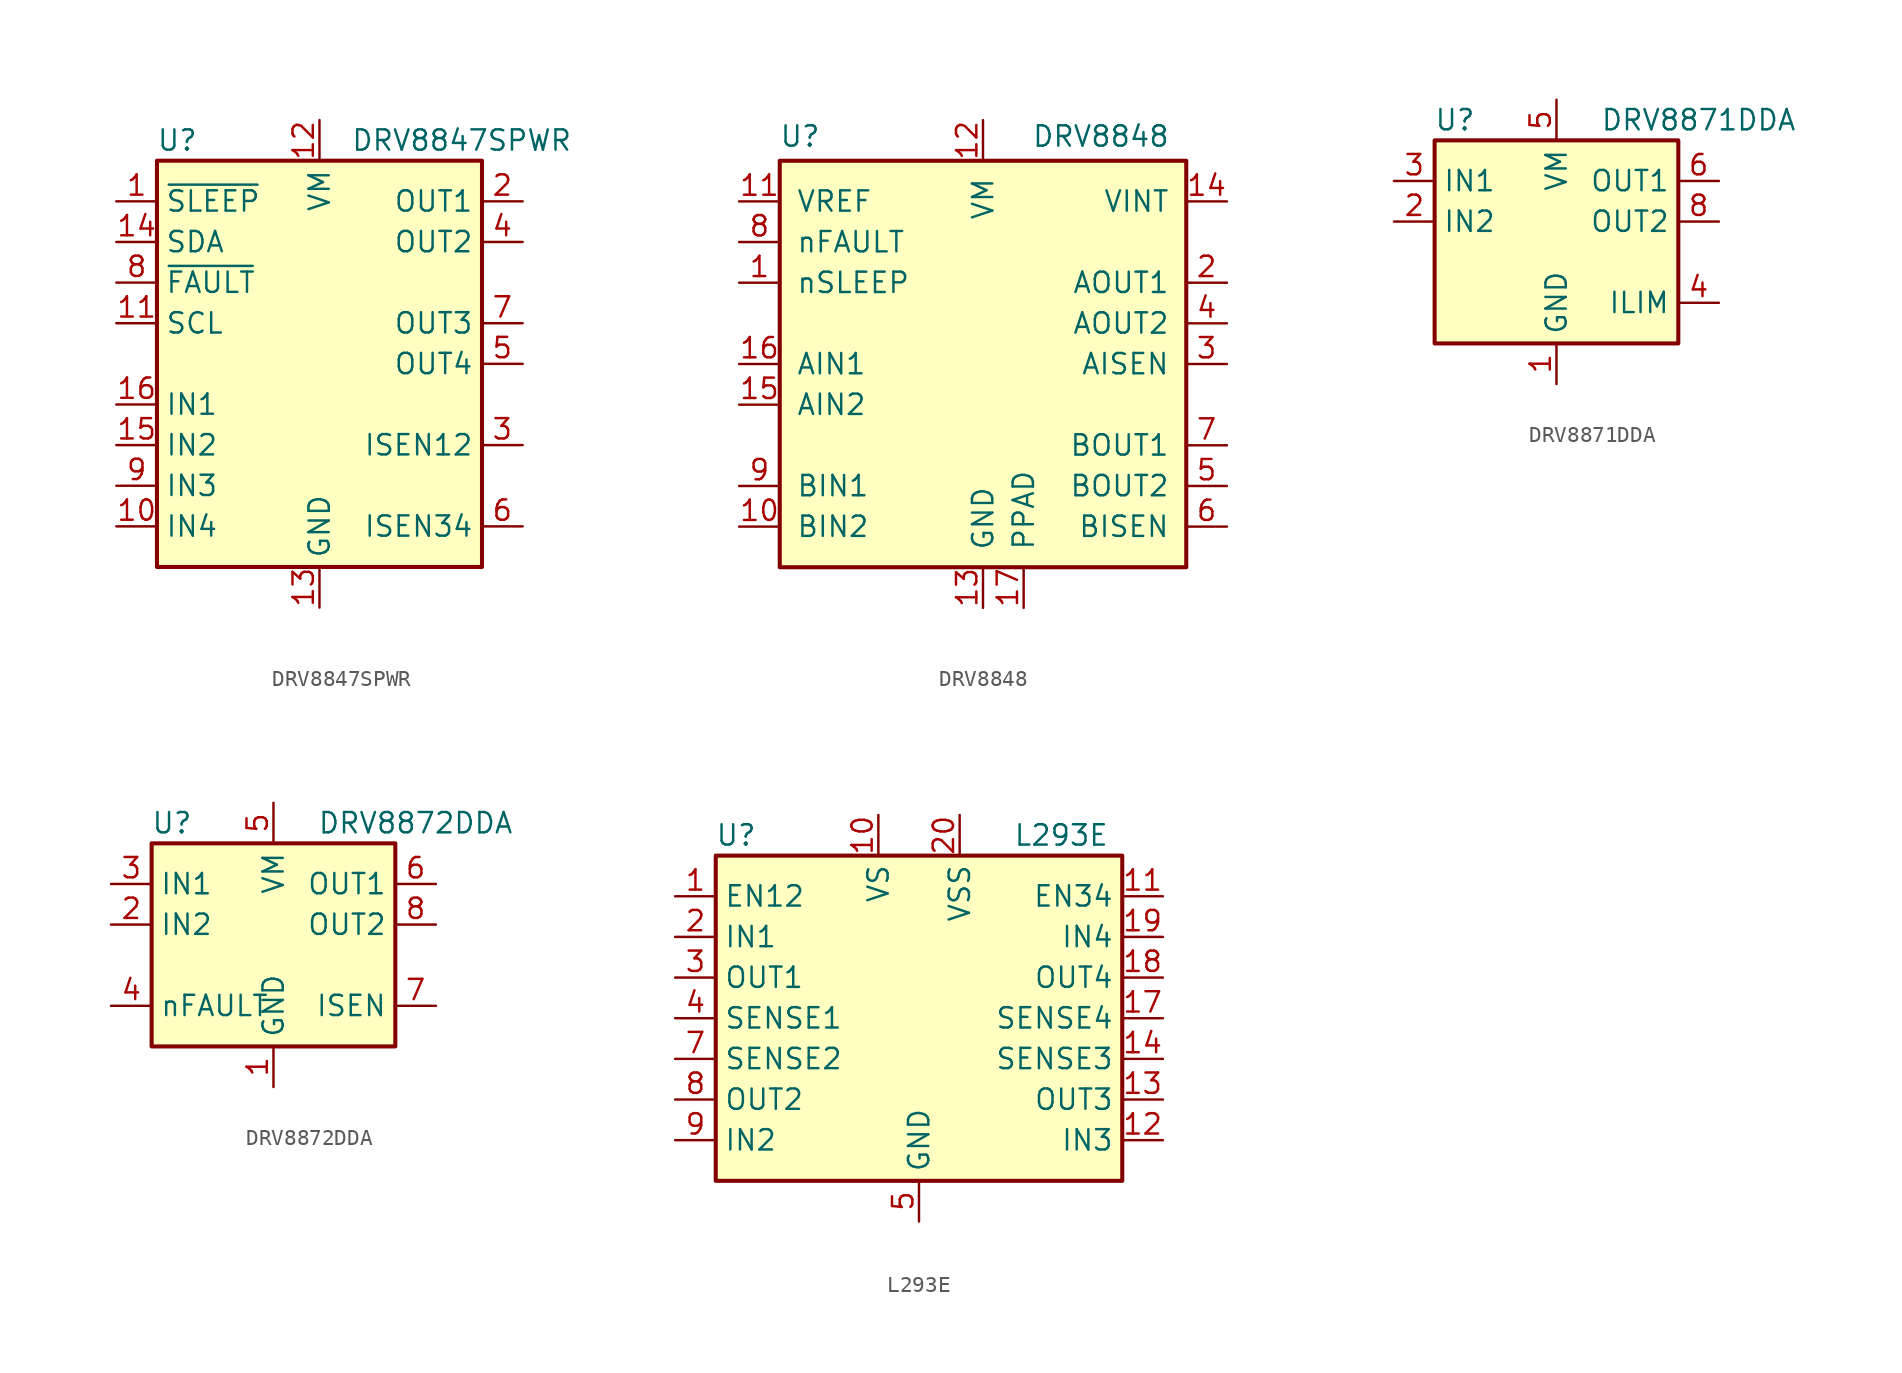
<source format=kicad_sym>
(kicad_symbol_lib
  (version 20201005)
  (generator kicad_symbol_editor)
  (symbol "Driver_Motor:DRV8847SPWR"
    (property "Reference" "U"
      (at -8.89 13.97 0)
      (effects (font (size 1.27 1.27))))
    (property "Value" "DRV8847SPWR"
      (at 8.89 13.97 0)
      (effects (font (size 1.27 1.27))))
    (symbol "DRV8847SPWR_0_1"
      (rectangle (start -10.16 -12.7) (end 10.16 12.7) (stroke (width 0.254)) (fill (type background))))
    (symbol "DRV8847SPWR_1_1"
      (pin input line (at -12.7 10.16 0) (length 2.54) (name "~SLEEP" (effects (font (size 1.27 1.27)))) (number "1" (effects (font (size 1.27 1.27)))))
      (pin input line (at -12.7 -10.16 0) (length 2.54) (name "IN4" (effects (font (size 1.27 1.27)))) (number "10" (effects (font (size 1.27 1.27)))))
      (pin input line (at -12.7 2.54 0) (length 2.54) (name "SCL" (effects (font (size 1.27 1.27)))) (number "11" (effects (font (size 1.27 1.27)))))
      (pin power_in line (at 0 15.24 270) (length 2.54) (name "VM" (effects (font (size 1.27 1.27)))) (number "12" (effects (font (size 1.27 1.27)))))
      (pin power_in line (at 0 -15.24 90) (length 2.54) (name "GND" (effects (font (size 1.27 1.27)))) (number "13" (effects (font (size 1.27 1.27)))))
      (pin bidirectional line (at -12.7 7.62 0) (length 2.54) (name "SDA" (effects (font (size 1.27 1.27)))) (number "14" (effects (font (size 1.27 1.27)))))
      (pin input line (at -12.7 -5.08 0) (length 2.54) (name "IN2" (effects (font (size 1.27 1.27)))) (number "15" (effects (font (size 1.27 1.27)))))
      (pin input line (at -12.7 -2.54 0) (length 2.54) (name "IN1" (effects (font (size 1.27 1.27)))) (number "16" (effects (font (size 1.27 1.27)))))
      (pin output line (at 12.7 10.16 180) (length 2.54) (name "OUT1" (effects (font (size 1.27 1.27)))) (number "2" (effects (font (size 1.27 1.27)))))
      (pin passive line (at 12.7 -5.08 180) (length 2.54) (name "ISEN12" (effects (font (size 1.27 1.27)))) (number "3" (effects (font (size 1.27 1.27)))))
      (pin output line (at 12.7 7.62 180) (length 2.54) (name "OUT2" (effects (font (size 1.27 1.27)))) (number "4" (effects (font (size 1.27 1.27)))))
      (pin output line (at 12.7 0 180) (length 2.54) (name "OUT4" (effects (font (size 1.27 1.27)))) (number "5" (effects (font (size 1.27 1.27)))))
      (pin passive line (at 12.7 -10.16 180) (length 2.54) (name "ISEN34" (effects (font (size 1.27 1.27)))) (number "6" (effects (font (size 1.27 1.27)))))
      (pin output line (at 12.7 2.54 180) (length 2.54) (name "OUT3" (effects (font (size 1.27 1.27)))) (number "7" (effects (font (size 1.27 1.27)))))
      (pin open_collector line (at -12.7 5.08 0) (length 2.54) (name "~FAULT" (effects (font (size 1.27 1.27)))) (number "8" (effects (font (size 1.27 1.27)))))
      (pin input line (at -12.7 -7.62 0) (length 2.54) (name "IN3" (effects (font (size 1.27 1.27)))) (number "9" (effects (font (size 1.27 1.27)))))))
  (symbol "Driver_Motor:DRV8848"
    (pin_names
      (offset 1.016))
    (property "Reference" "U"
      (at -11.43 14.224 0)
      (effects (font (size 1.27 1.27))))
    (property "Value" "DRV8848"
      (at 7.366 14.224 0)
      (effects (font (size 1.27 1.27))))
    (symbol "DRV8848_0_1"
      (rectangle (start -12.7 12.7) (end 12.7 -12.7) (stroke (width 0.254)) (fill (type background))))
    (symbol "DRV8848_1_1"
      (pin input line (at -15.24 5.08 0) (length 2.54) (name "nSLEEP" (effects (font (size 1.27 1.27)))) (number "1" (effects (font (size 1.27 1.27)))))
      (pin input line (at -15.24 -10.16 0) (length 2.54) (name "BIN2" (effects (font (size 1.27 1.27)))) (number "10" (effects (font (size 1.27 1.27)))))
      (pin input line (at -15.24 10.16 0) (length 2.54) (name "VREF" (effects (font (size 1.27 1.27)))) (number "11" (effects (font (size 1.27 1.27)))))
      (pin power_in line (at 0 15.24 270) (length 2.54) (name "VM" (effects (font (size 1.27 1.27)))) (number "12" (effects (font (size 1.27 1.27)))))
      (pin power_in line (at 0 -15.24 90) (length 2.54) (name "GND" (effects (font (size 1.27 1.27)))) (number "13" (effects (font (size 1.27 1.27)))))
      (pin passive line (at 15.24 10.16 180) (length 2.54) (name "VINT" (effects (font (size 1.27 1.27)))) (number "14" (effects (font (size 1.27 1.27)))))
      (pin input line (at -15.24 -2.54 0) (length 2.54) (name "AIN2" (effects (font (size 1.27 1.27)))) (number "15" (effects (font (size 1.27 1.27)))))
      (pin input line (at -15.24 0 0) (length 2.54) (name "AIN1" (effects (font (size 1.27 1.27)))) (number "16" (effects (font (size 1.27 1.27)))))
      (pin power_in line (at 2.54 -15.24 90) (length 2.54) (name "PPAD" (effects (font (size 1.27 1.27)))) (number "17" (effects (font (size 1.27 1.27)))))
      (pin output line (at 15.24 5.08 180) (length 2.54) (name "AOUT1" (effects (font (size 1.27 1.27)))) (number "2" (effects (font (size 1.27 1.27)))))
      (pin passive line (at 15.24 0 180) (length 2.54) (name "AISEN" (effects (font (size 1.27 1.27)))) (number "3" (effects (font (size 1.27 1.27)))))
      (pin output line (at 15.24 2.54 180) (length 2.54) (name "AOUT2" (effects (font (size 1.27 1.27)))) (number "4" (effects (font (size 1.27 1.27)))))
      (pin output line (at 15.24 -7.62 180) (length 2.54) (name "BOUT2" (effects (font (size 1.27 1.27)))) (number "5" (effects (font (size 1.27 1.27)))))
      (pin passive line (at 15.24 -10.16 180) (length 2.54) (name "BISEN" (effects (font (size 1.27 1.27)))) (number "6" (effects (font (size 1.27 1.27)))))
      (pin output line (at 15.24 -5.08 180) (length 2.54) (name "BOUT1" (effects (font (size 1.27 1.27)))) (number "7" (effects (font (size 1.27 1.27)))))
      (pin open_collector line (at -15.24 7.62 0) (length 2.54) (name "nFAULT" (effects (font (size 1.27 1.27)))) (number "8" (effects (font (size 1.27 1.27)))))
      (pin input line (at -15.24 -7.62 0) (length 2.54) (name "BIN1" (effects (font (size 1.27 1.27)))) (number "9" (effects (font (size 1.27 1.27)))))))
  (symbol "Driver_Motor:DRV8871DDA"
    (property "Reference" "U"
      (at -6.35 6.35 0)
      (effects (font (size 1.27 1.27))))
    (property "Value" "DRV8871DDA"
      (at 8.89 6.35 0)
      (effects (font (size 1.27 1.27))))
    (symbol "DRV8871DDA_0_1"
      (rectangle (start -7.62 5.08) (end 7.62 -7.62) (stroke (width 0.254)) (fill (type background))))
    (symbol "DRV8871DDA_1_1"
      (pin power_in line (at 0 -10.16 90) (length 2.54) (name "GND" (effects (font (size 1.27 1.27)))) (number "1" (effects (font (size 1.27 1.27)))))
      (pin input line (at -10.16 0 0) (length 2.54) (name "IN2" (effects (font (size 1.27 1.27)))) (number "2" (effects (font (size 1.27 1.27)))))
      (pin input line (at -10.16 2.54 0) (length 2.54) (name "IN1" (effects (font (size 1.27 1.27)))) (number "3" (effects (font (size 1.27 1.27)))))
      (pin passive line (at 10.16 -5.08 180) (length 2.54) (name "ILIM" (effects (font (size 1.27 1.27)))) (number "4" (effects (font (size 1.27 1.27)))))
      (pin power_in line (at 0 7.62 270) (length 2.54) (name "VM" (effects (font (size 1.27 1.27)))) (number "5" (effects (font (size 1.27 1.27)))))
      (pin output line (at 10.16 2.54 180) (length 2.54) (name "OUT1" (effects (font (size 1.27 1.27)))) (number "6" (effects (font (size 1.27 1.27)))))
      (pin passive line (at 0 -10.16 90) (length 2.54) hide (name "GND" (effects (font (size 1.27 1.27)))) (number "7" (effects (font (size 1.27 1.27)))))
      (pin output line (at 10.16 0 180) (length 2.54) (name "OUT2" (effects (font (size 1.27 1.27)))) (number "8" (effects (font (size 1.27 1.27)))))
      (pin passive line (at 0 -10.16 90) (length 2.54) hide (name "GND" (effects (font (size 1.27 1.27)))) (number "9" (effects (font (size 1.27 1.27)))))))
  (symbol "Driver_Motor:DRV8872DDA"
    (property "Reference" "U"
      (at -6.35 6.35 0)
      (effects (font (size 1.27 1.27))))
    (property "Value" "DRV8872DDA"
      (at 8.89 6.35 0)
      (effects (font (size 1.27 1.27))))
    (symbol "DRV8872DDA_0_1"
      (rectangle (start -7.62 5.08) (end 7.62 -7.62) (stroke (width 0.254)) (fill (type background))))
    (symbol "DRV8872DDA_1_1"
      (pin power_in line (at 0 -10.16 90) (length 2.54) (name "GND" (effects (font (size 1.27 1.27)))) (number "1" (effects (font (size 1.27 1.27)))))
      (pin input line (at -10.16 0 0) (length 2.54) (name "IN2" (effects (font (size 1.27 1.27)))) (number "2" (effects (font (size 1.27 1.27)))))
      (pin input line (at -10.16 2.54 0) (length 2.54) (name "IN1" (effects (font (size 1.27 1.27)))) (number "3" (effects (font (size 1.27 1.27)))))
      (pin open_collector line (at -10.16 -5.08 0) (length 2.54) (name "nFAULT" (effects (font (size 1.27 1.27)))) (number "4" (effects (font (size 1.27 1.27)))))
      (pin power_in line (at 0 7.62 270) (length 2.54) (name "VM" (effects (font (size 1.27 1.27)))) (number "5" (effects (font (size 1.27 1.27)))))
      (pin output line (at 10.16 2.54 180) (length 2.54) (name "OUT1" (effects (font (size 1.27 1.27)))) (number "6" (effects (font (size 1.27 1.27)))))
      (pin passive line (at 10.16 -5.08 180) (length 2.54) (name "ISEN" (effects (font (size 1.27 1.27)))) (number "7" (effects (font (size 1.27 1.27)))))
      (pin output line (at 10.16 0 180) (length 2.54) (name "OUT2" (effects (font (size 1.27 1.27)))) (number "8" (effects (font (size 1.27 1.27)))))
      (pin passive line (at 0 -10.16 90) (length 2.54) hide (name "GND" (effects (font (size 1.27 1.27)))) (number "9" (effects (font (size 1.27 1.27)))))))
  (symbol "Driver_Motor:L293E"
    (property "Reference" "U"
      (at -11.43 11.43 0)
      (effects (font (size 1.27 1.27))))
    (property "Value" "L293E"
      (at 8.89 11.43 0)
      (effects (font (size 1.27 1.27))))
    (symbol "L293E_0_1"
      (rectangle (start -12.7 10.16) (end 12.7 -10.16) (stroke (width 0.254)) (fill (type background))))
    (symbol "L293E_1_1"
      (pin input line (at -15.24 7.62 0) (length 2.54) (name "EN12" (effects (font (size 1.27 1.27)))) (number "1" (effects (font (size 1.27 1.27)))))
      (pin power_in line (at -2.54 12.7 270) (length 2.54) (name "VS" (effects (font (size 1.27 1.27)))) (number "10" (effects (font (size 1.27 1.27)))))
      (pin input line (at 15.24 7.62 180) (length 2.54) (name "EN34" (effects (font (size 1.27 1.27)))) (number "11" (effects (font (size 1.27 1.27)))))
      (pin input line (at 15.24 -7.62 180) (length 2.54) (name "IN3" (effects (font (size 1.27 1.27)))) (number "12" (effects (font (size 1.27 1.27)))))
      (pin output line (at 15.24 -5.08 180) (length 2.54) (name "OUT3" (effects (font (size 1.27 1.27)))) (number "13" (effects (font (size 1.27 1.27)))))
      (pin passive line (at 15.24 -2.54 180) (length 2.54) (name "SENSE3" (effects (font (size 1.27 1.27)))) (number "14" (effects (font (size 1.27 1.27)))))
      (pin passive line (at 0 -12.7 90) (length 2.54) hide (name "GND" (effects (font (size 1.27 1.27)))) (number "15" (effects (font (size 1.27 1.27)))))
      (pin passive line (at 0 -12.7 90) (length 2.54) hide (name "GND" (effects (font (size 1.27 1.27)))) (number "16" (effects (font (size 1.27 1.27)))))
      (pin passive line (at 15.24 0 180) (length 2.54) (name "SENSE4" (effects (font (size 1.27 1.27)))) (number "17" (effects (font (size 1.27 1.27)))))
      (pin output line (at 15.24 2.54 180) (length 2.54) (name "OUT4" (effects (font (size 1.27 1.27)))) (number "18" (effects (font (size 1.27 1.27)))))
      (pin input line (at 15.24 5.08 180) (length 2.54) (name "IN4" (effects (font (size 1.27 1.27)))) (number "19" (effects (font (size 1.27 1.27)))))
      (pin input line (at -15.24 5.08 0) (length 2.54) (name "IN1" (effects (font (size 1.27 1.27)))) (number "2" (effects (font (size 1.27 1.27)))))
      (pin power_in line (at 2.54 12.7 270) (length 2.54) (name "VSS" (effects (font (size 1.27 1.27)))) (number "20" (effects (font (size 1.27 1.27)))))
      (pin output line (at -15.24 2.54 0) (length 2.54) (name "OUT1" (effects (font (size 1.27 1.27)))) (number "3" (effects (font (size 1.27 1.27)))))
      (pin passive line (at -15.24 0 0) (length 2.54) (name "SENSE1" (effects (font (size 1.27 1.27)))) (number "4" (effects (font (size 1.27 1.27)))))
      (pin power_in line (at 0 -12.7 90) (length 2.54) (name "GND" (effects (font (size 1.27 1.27)))) (number "5" (effects (font (size 1.27 1.27)))))
      (pin passive line (at 0 -12.7 90) (length 2.54) hide (name "GND" (effects (font (size 1.27 1.27)))) (number "6" (effects (font (size 1.27 1.27)))))
      (pin passive line (at -15.24 -2.54 0) (length 2.54) (name "SENSE2" (effects (font (size 1.27 1.27)))) (number "7" (effects (font (size 1.27 1.27)))))
      (pin output line (at -15.24 -5.08 0) (length 2.54) (name "OUT2" (effects (font (size 1.27 1.27)))) (number "8" (effects (font (size 1.27 1.27)))))
      (pin input line (at -15.24 -7.62 0) (length 2.54) (name "IN2" (effects (font (size 1.27 1.27)))) (number "9" (effects (font (size 1.27 1.27))))))))
</source>
